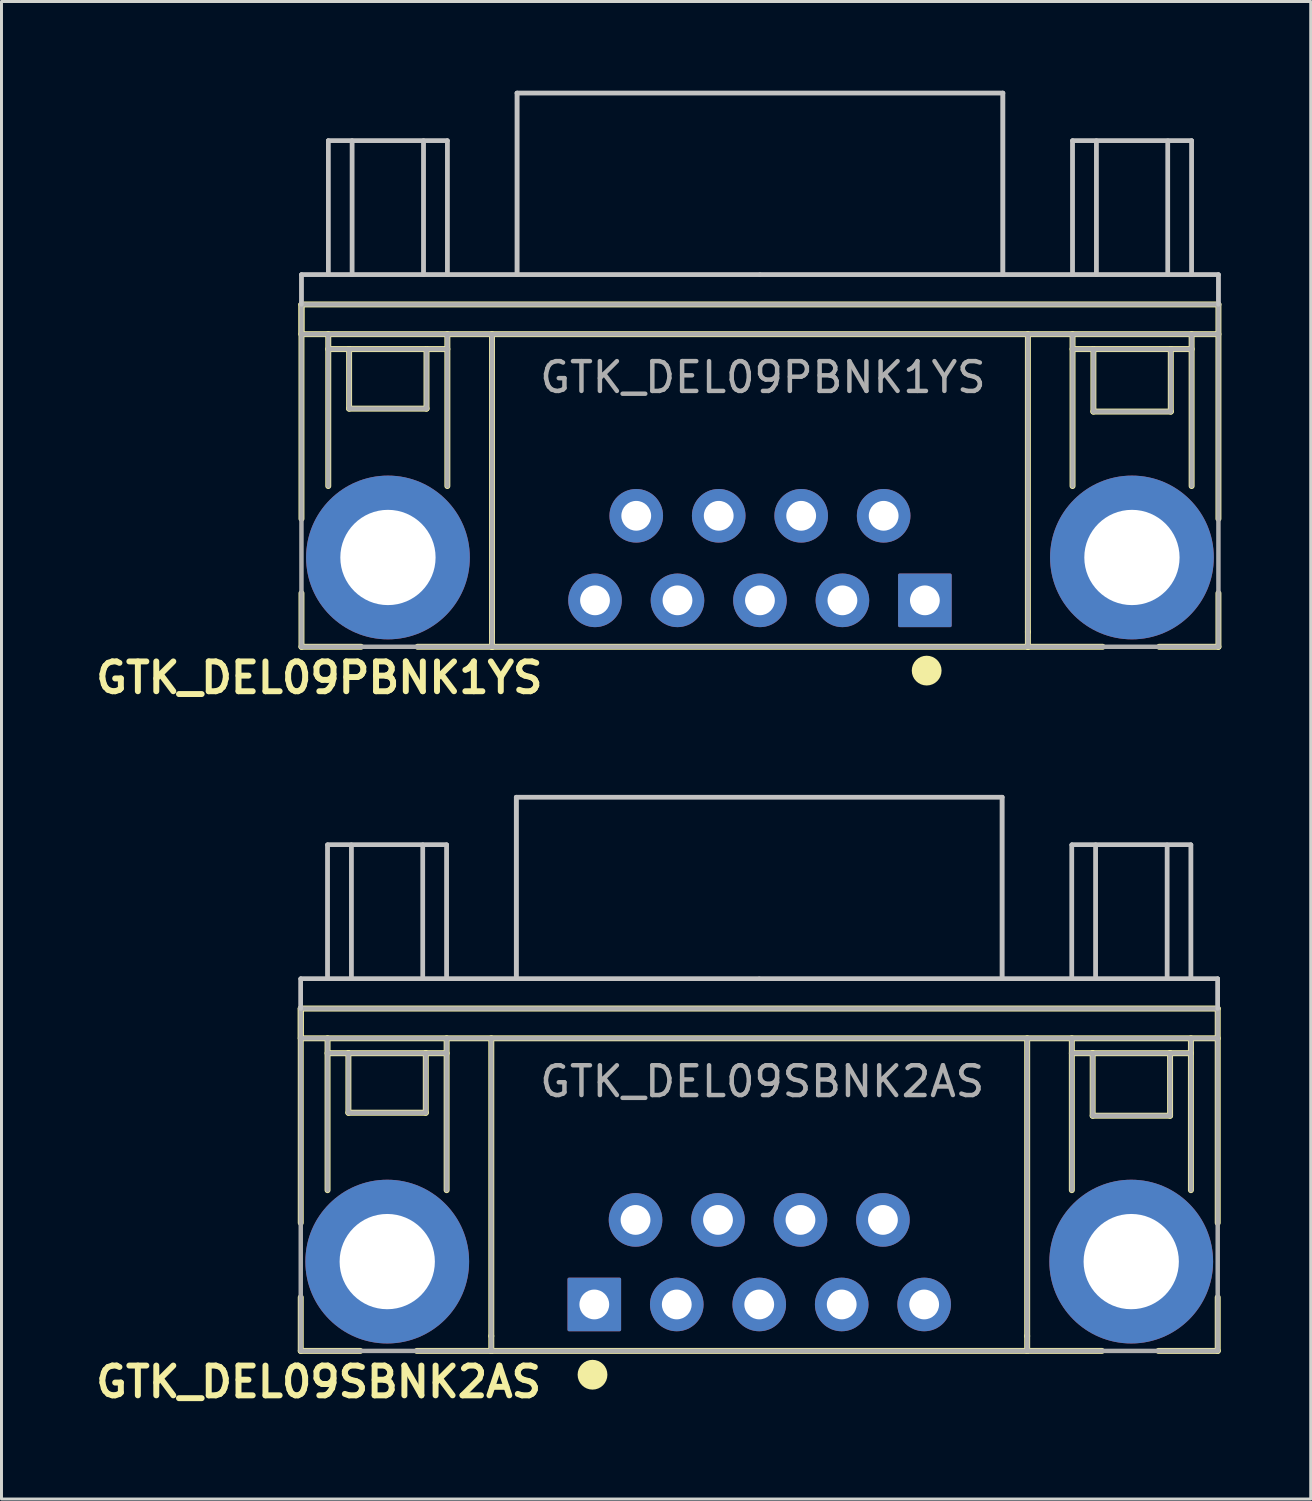
<source format=kicad_pcb>
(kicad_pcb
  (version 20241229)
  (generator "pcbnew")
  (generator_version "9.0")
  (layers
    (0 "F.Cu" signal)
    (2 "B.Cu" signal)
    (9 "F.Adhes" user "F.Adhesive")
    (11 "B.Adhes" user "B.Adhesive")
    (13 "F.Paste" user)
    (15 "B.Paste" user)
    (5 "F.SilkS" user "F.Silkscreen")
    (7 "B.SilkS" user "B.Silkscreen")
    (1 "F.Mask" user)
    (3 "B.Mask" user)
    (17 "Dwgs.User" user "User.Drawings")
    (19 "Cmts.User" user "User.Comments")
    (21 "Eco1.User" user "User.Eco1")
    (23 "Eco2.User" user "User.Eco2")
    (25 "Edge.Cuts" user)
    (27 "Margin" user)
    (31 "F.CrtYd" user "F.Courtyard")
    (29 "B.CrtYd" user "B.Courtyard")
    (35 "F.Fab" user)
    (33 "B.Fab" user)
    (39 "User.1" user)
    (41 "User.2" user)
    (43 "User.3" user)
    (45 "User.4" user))
  (footprint "GTK_DEL09SBNK2AS"
    (layer "F.Cu")
    (at 22.452 29.826)
    (property "Reference" "GTK_DEL09SBNK2AS" (at -14.8 13.54 180) (layer "F.SilkS") (effects (font (size 1 1) (thickness 0.2))))
    (attr through_hole)
    (fp_line (start -15.4 1) (end -15.4 2) (stroke (width 0.2) (type solid)) (layer "F.SilkS"))
    (fp_line (start -15.4 1) (end -15.4 8.2) (stroke (width 0.2) (type solid)) (layer "F.SilkS"))
    (fp_line (start -15.4 12.5) (end -15.4 10.7) (stroke (width 0.2) (type solid)) (layer "F.SilkS"))
    (fp_line (start -14.5 7.1) (end -14.5 2) (stroke (width 0.2) (type solid)) (layer "F.SilkS"))
    (fp_line (start -13.8 2.5) (end -14.5 2.5) (stroke (width 0.2) (type solid)) (layer "F.SilkS"))
    (fp_line (start -13.8 2.5) (end -11.2 2.5) (stroke (width 0.2) (type solid)) (layer "F.SilkS"))
    (fp_line (start -13.8 4.5) (end -13.8 2.5) (stroke (width 0.2) (type solid)) (layer "F.SilkS"))
    (fp_line (start -13.4 12.5) (end -15.4 12.5) (stroke (width 0.2) (type solid)) (layer "F.SilkS"))
    (fp_line (start -11.5 12.5) (end -8.99 12.5) (stroke (width 0.2) (type solid)) (layer "F.SilkS"))
    (fp_line (start -11.2 2.5) (end -11.2 4.5) (stroke (width 0.2) (type solid)) (layer "F.SilkS"))
    (fp_line (start -11.2 2.5) (end -10.5 2.5) (stroke (width 0.2) (type solid)) (layer "F.SilkS"))
    (fp_line (start -11.2 4.5) (end -13.8 4.5) (stroke (width 0.2) (type solid)) (layer "F.SilkS"))
    (fp_line (start -10.5 7.1) (end -10.5 2) (stroke (width 0.2) (type solid)) (layer "F.SilkS"))
    (fp_line (start -9 2) (end -9 12) (stroke (width 0.2) (type solid)) (layer "F.SilkS"))
    (fp_line (start -9 12) (end -9 12.5) (stroke (width 0.2) (type solid)) (layer "F.SilkS"))
    (fp_line (start 9 12) (end 9 2) (stroke (width 0.2) (type solid)) (layer "F.SilkS"))
    (fp_line (start 9 12) (end 9 12.5) (stroke (width 0.2) (type solid)) (layer "F.SilkS"))
    (fp_line (start 9 12.5) (end -9 12.5) (stroke (width 0.2) (type solid)) (layer "F.SilkS"))
    (fp_line (start 9 12.5) (end 11.51 12.5) (stroke (width 0.2) (type solid)) (layer "F.SilkS"))
    (fp_line (start 10.5 2.5) (end 11.2 2.5) (stroke (width 0.2) (type solid)) (layer "F.SilkS"))
    (fp_line (start 10.5 7.1) (end 10.5 2) (stroke (width 0.2) (type solid)) (layer "F.SilkS"))
    (fp_line (start 11.2 2.5) (end 13.8 2.5) (stroke (width 0.2) (type solid)) (layer "F.SilkS"))
    (fp_line (start 11.2 4.6) (end 11.2 2.5) (stroke (width 0.2) (type solid)) (layer "F.SilkS"))
    (fp_line (start 13.8 2.5) (end 13.8 4.6) (stroke (width 0.2) (type solid)) (layer "F.SilkS"))
    (fp_line (start 13.8 2.5) (end 14.5 2.5) (stroke (width 0.2) (type solid)) (layer "F.SilkS"))
    (fp_line (start 13.8 4.6) (end 11.2 4.6) (stroke (width 0.2) (type solid)) (layer "F.SilkS"))
    (fp_line (start 14.5 7.1) (end 14.5 2) (stroke (width 0.2) (type solid)) (layer "F.SilkS"))
    (fp_line (start 15.4 1) (end -15.4 1) (stroke (width 0.2) (type solid)) (layer "F.SilkS"))
    (fp_line (start 15.4 1) (end 15.4 8.2) (stroke (width 0.2) (type solid)) (layer "F.SilkS"))
    (fp_line (start 15.4 2) (end -15.4 2) (stroke (width 0.2) (type solid)) (layer "F.SilkS"))
    (fp_line (start 15.4 2) (end 15.4 1) (stroke (width 0.15) (type solid)) (layer "F.SilkS"))
    (fp_line (start 15.4 12.5) (end 13.41 12.5) (stroke (width 0.2) (type solid)) (layer "F.SilkS"))
    (fp_line (start 15.4 12.5) (end 15.4 10.7) (stroke (width 0.2) (type solid)) (layer "F.SilkS"))
    (fp_circle (center -5.6 13.3) (end -5.35 13.3) (stroke (width 0.5) (type solid)) (fill no) (layer "F.SilkS"))
    (fp_line (start -15.4 1) (end -15.4 0) (stroke (width 0.15) (type solid)) (layer "Dwgs.User"))
    (fp_line (start -14.5 -4.5) (end -10.5 -4.5) (stroke (width 0.15) (type solid)) (layer "Dwgs.User"))
    (fp_line (start -14.5 0) (end -14.5 -4.5) (stroke (width 0.15) (type solid)) (layer "Dwgs.User"))
    (fp_line (start -13.7 -4.5) (end -13.7 0) (stroke (width 0.15) (type solid)) (layer "Dwgs.User"))
    (fp_line (start -11.3 0) (end -11.3 -4.5) (stroke (width 0.15) (type solid)) (layer "Dwgs.User"))
    (fp_line (start -10.5 -4.5) (end -10.5 0) (stroke (width 0.15) (type solid)) (layer "Dwgs.User"))
    (fp_line (start -8.165 -6.1) (end -8.165 0) (stroke (width 0.15) (type solid)) (layer "Dwgs.User"))
    (fp_line (start 0 0) (end -15.4 0) (stroke (width 0.15) (type solid)) (layer "Dwgs.User"))
    (fp_line (start 0 0) (end 15.4 0) (stroke (width 0.15) (type solid)) (layer "Dwgs.User"))
    (fp_line (start 8.165 -6.1) (end -8.165 -6.1) (stroke (width 0.15) (type solid)) (layer "Dwgs.User"))
    (fp_line (start 8.165 0) (end 8.165 -6.1) (stroke (width 0.15) (type solid)) (layer "Dwgs.User"))
    (fp_line (start 10.5 -4.5) (end 14.5 -4.5) (stroke (width 0.15) (type solid)) (layer "Dwgs.User"))
    (fp_line (start 10.5 0) (end 10.5 -4.5) (stroke (width 0.15) (type solid)) (layer "Dwgs.User"))
    (fp_line (start 11.3 -4.5) (end 11.3 0) (stroke (width 0.15) (type solid)) (layer "Dwgs.User"))
    (fp_line (start 13.7 0) (end 13.7 -4.5) (stroke (width 0.15) (type solid)) (layer "Dwgs.User"))
    (fp_line (start 14.5 -4.5) (end 14.5 0) (stroke (width 0.15) (type solid)) (layer "Dwgs.User"))
    (fp_line (start 15.4 1) (end 15.4 0) (stroke (width 0.15) (type solid)) (layer "Dwgs.User"))
    (fp_line (start -15.4 0) (end -15.4 1) (stroke (width 0.15) (type solid)) (layer "F.Fab"))
    (fp_line (start -15.4 1) (end 15.4 1) (stroke (width 0.15) (type solid)) (layer "F.Fab"))
    (fp_line (start -15.4 2) (end 15.4 2) (stroke (width 0.15) (type solid)) (layer "F.Fab"))
    (fp_line (start -15.4 12.5) (end -15.4 1) (stroke (width 0.15) (type solid)) (layer "F.Fab"))
    (fp_line (start -14.5 -4.5) (end -10.5 -4.5) (stroke (width 0.15) (type solid)) (layer "F.Fab"))
    (fp_line (start -14.5 0) (end -14.5 -4.5) (stroke (width 0.15) (type solid)) (layer "F.Fab"))
    (fp_line (start -14.5 2.5) (end -10.5 2.5) (stroke (width 0.15) (type solid)) (layer "F.Fab"))
    (fp_line (start -14.5 7.1) (end -14.5 2) (stroke (width 0.15) (type solid)) (layer "F.Fab"))
    (fp_line (start -13.8 4.5) (end -13.8 2.5) (stroke (width 0.15) (type solid)) (layer "F.Fab"))
    (fp_line (start -13.7 -4.5) (end -13.7 0) (stroke (width 0.15) (type solid)) (layer "F.Fab"))
    (fp_line (start -11.3 0) (end -11.3 -4.5) (stroke (width 0.15) (type solid)) (layer "F.Fab"))
    (fp_line (start -11.2 2.5) (end -11.2 4.5) (stroke (width 0.15) (type solid)) (layer "F.Fab"))
    (fp_line (start -11.2 4.5) (end -13.8 4.5) (stroke (width 0.15) (type solid)) (layer "F.Fab"))
    (fp_line (start -10.5 -4.5) (end -10.5 0) (stroke (width 0.15) (type solid)) (layer "F.Fab"))
    (fp_line (start -10.5 2) (end -10.5 7.1) (stroke (width 0.15) (type solid)) (layer "F.Fab"))
    (fp_line (start -9 12.5) (end -9 2) (stroke (width 0.15) (type solid)) (layer "F.Fab"))
    (fp_line (start -8.15 -6.1) (end 8.15 -6.1) (stroke (width 0.15) (type solid)) (layer "F.Fab"))
    (fp_line (start -8.15 0) (end -8.15 -6.1) (stroke (width 0.15) (type solid)) (layer "F.Fab"))
    (fp_line (start 8.15 -6.1) (end 8.15 0) (stroke (width 0.15) (type solid)) (layer "F.Fab"))
    (fp_line (start 9 2) (end 9 12.5) (stroke (width 0.15) (type solid)) (layer "F.Fab"))
    (fp_line (start 10.5 -4.5) (end 14.5 -4.5) (stroke (width 0.15) (type solid)) (layer "F.Fab"))
    (fp_line (start 10.5 0) (end 10.5 -4.5) (stroke (width 0.15) (type solid)) (layer "F.Fab"))
    (fp_line (start 10.5 2.5) (end 14.5 2.5) (stroke (width 0.15) (type solid)) (layer "F.Fab"))
    (fp_line (start 10.5 7.1) (end 10.5 2) (stroke (width 0.15) (type solid)) (layer "F.Fab"))
    (fp_line (start 11.2 4.6) (end 11.2 2.5) (stroke (width 0.15) (type solid)) (layer "F.Fab"))
    (fp_line (start 11.3 -4.5) (end 11.3 0) (stroke (width 0.15) (type solid)) (layer "F.Fab"))
    (fp_line (start 13.7 0) (end 13.7 -4.45) (stroke (width 0.15) (type solid)) (layer "F.Fab"))
    (fp_line (start 13.8 2.5) (end 13.8 4.6) (stroke (width 0.15) (type solid)) (layer "F.Fab"))
    (fp_line (start 13.8 4.6) (end 11.2 4.6) (stroke (width 0.15) (type solid)) (layer "F.Fab"))
    (fp_line (start 14.5 -4.5) (end 14.5 -0.05) (stroke (width 0.15) (type solid)) (layer "F.Fab"))
    (fp_line (start 14.5 -0.05) (end 14.5 0) (stroke (width 0.15) (type solid)) (layer "F.Fab"))
    (fp_line (start 14.5 2) (end 14.5 7.1) (stroke (width 0.15) (type solid)) (layer "F.Fab"))
    (fp_line (start 15.4 0) (end -15.4 0) (stroke (width 0.15) (type solid)) (layer "F.Fab"))
    (fp_line (start 15.4 1) (end 15.4 0) (stroke (width 0.15) (type solid)) (layer "F.Fab"))
    (fp_line (start 15.4 1) (end 15.4 12.5) (stroke (width 0.15) (type solid)) (layer "F.Fab"))
    (fp_line (start 15.4 12.5) (end -15.4 12.5) (stroke (width 0.15) (type solid)) (layer "F.Fab"))
    (fp_text user "${REFERENCE}" (at 0.1 3.45 0) (layer "F.Fab") (effects (font (size 1 1) (thickness 0.15))))
    (pad "0" thru_hole circle (at -12.495 9.5) (size 5.5 5.5) (drill 3.2) (layers "*.Cu" "*.Mask"))
    (pad "0" thru_hole circle (at 12.495 9.5) (size 5.5 5.5) (drill 3.2) (layers "*.Cu" "*.Mask"))
    (pad "1" thru_hole roundrect (at -5.54 10.94) (size 1.8 1.8) (drill 1) (layers "*.Cu" "*.Mask") (roundrect_rratio 0.028))
    (pad "2" thru_hole oval (at -2.77 10.94) (size 1.8 1.8) (drill 1) (layers "*.Cu" "*.Mask"))
    (pad "3" thru_hole oval (at 0 10.94) (size 1.8 1.8) (drill 1) (layers "*.Cu" "*.Mask"))
    (pad "4" thru_hole oval (at 2.77 10.94) (size 1.8 1.8) (drill 1) (layers "*.Cu" "*.Mask"))
    (pad "5" thru_hole circle (at 5.54 10.94) (size 1.8 1.8) (drill 1) (layers "*.Cu" "*.Mask"))
    (pad "6" thru_hole oval (at -4.155 8.1) (size 1.8 1.8) (drill 1) (layers "*.Cu" "*.Mask"))
    (pad "7" thru_hole oval (at -1.385 8.1) (size 1.8 1.8) (drill 1) (layers "*.Cu" "*.Mask"))
    (pad "8" thru_hole oval (at 1.385 8.1) (size 1.8 1.8) (drill 1) (layers "*.Cu" "*.Mask"))
    (pad "9" thru_hole oval (at 4.155 8.1) (size 1.8 1.8) (drill 1) (layers "*.Cu" "*.Mask")))
  (footprint "GTK_DEL09PBNK1YS"
    (layer "F.Cu")
    (at 22.476 6.175)
    (property "Reference" "GTK_DEL09PBNK1YS" (at -14.8 13.54 180) (layer "F.SilkS") (effects (font (size 1 1) (thickness 0.2))))
    (attr through_hole)
    (fp_line (start -15.4 1) (end -15.4 2) (stroke (width 0.2) (type solid)) (layer "F.SilkS"))
    (fp_line (start -15.4 1) (end -15.4 8.2) (stroke (width 0.2) (type solid)) (layer "F.SilkS"))
    (fp_line (start -15.4 12.5) (end -15.4 10.7) (stroke (width 0.2) (type solid)) (layer "F.SilkS"))
    (fp_line (start -14.5 7.1) (end -14.5 2) (stroke (width 0.2) (type solid)) (layer "F.SilkS"))
    (fp_line (start -13.8 2.5) (end -14.5 2.5) (stroke (width 0.2) (type solid)) (layer "F.SilkS"))
    (fp_line (start -13.8 2.5) (end -11.2 2.5) (stroke (width 0.2) (type solid)) (layer "F.SilkS"))
    (fp_line (start -13.8 4.5) (end -13.8 2.5) (stroke (width 0.2) (type solid)) (layer "F.SilkS"))
    (fp_line (start -13.4 12.5) (end -15.4 12.5) (stroke (width 0.2) (type solid)) (layer "F.SilkS"))
    (fp_line (start -11.5 12.5) (end -8.99 12.5) (stroke (width 0.2) (type solid)) (layer "F.SilkS"))
    (fp_line (start -11.2 2.5) (end -11.2 4.5) (stroke (width 0.2) (type solid)) (layer "F.SilkS"))
    (fp_line (start -11.2 2.5) (end -10.5 2.5) (stroke (width 0.2) (type solid)) (layer "F.SilkS"))
    (fp_line (start -11.2 4.5) (end -13.8 4.5) (stroke (width 0.2) (type solid)) (layer "F.SilkS"))
    (fp_line (start -10.5 7.1) (end -10.5 2) (stroke (width 0.2) (type solid)) (layer "F.SilkS"))
    (fp_line (start -9 2) (end -9 12) (stroke (width 0.2) (type solid)) (layer "F.SilkS"))
    (fp_line (start -9 12) (end -9 12.5) (stroke (width 0.2) (type solid)) (layer "F.SilkS"))
    (fp_line (start 9 12) (end 9 2) (stroke (width 0.2) (type solid)) (layer "F.SilkS"))
    (fp_line (start 9 12) (end 9 12.5) (stroke (width 0.2) (type solid)) (layer "F.SilkS"))
    (fp_line (start 9 12.5) (end -9 12.5) (stroke (width 0.2) (type solid)) (layer "F.SilkS"))
    (fp_line (start 9 12.5) (end 11.51 12.5) (stroke (width 0.2) (type solid)) (layer "F.SilkS"))
    (fp_line (start 10.5 2.5) (end 11.2 2.5) (stroke (width 0.2) (type solid)) (layer "F.SilkS"))
    (fp_line (start 10.5 7.1) (end 10.5 2) (stroke (width 0.2) (type solid)) (layer "F.SilkS"))
    (fp_line (start 11.2 2.5) (end 13.8 2.5) (stroke (width 0.2) (type solid)) (layer "F.SilkS"))
    (fp_line (start 11.2 4.6) (end 11.2 2.5) (stroke (width 0.2) (type solid)) (layer "F.SilkS"))
    (fp_line (start 13.8 2.5) (end 13.8 4.6) (stroke (width 0.2) (type solid)) (layer "F.SilkS"))
    (fp_line (start 13.8 2.5) (end 14.5 2.5) (stroke (width 0.2) (type solid)) (layer "F.SilkS"))
    (fp_line (start 13.8 4.6) (end 11.2 4.6) (stroke (width 0.2) (type solid)) (layer "F.SilkS"))
    (fp_line (start 14.5 7.1) (end 14.5 2) (stroke (width 0.2) (type solid)) (layer "F.SilkS"))
    (fp_line (start 15.4 1) (end -15.4 1) (stroke (width 0.2) (type solid)) (layer "F.SilkS"))
    (fp_line (start 15.4 1) (end 15.4 8.2) (stroke (width 0.2) (type solid)) (layer "F.SilkS"))
    (fp_line (start 15.4 2) (end -15.4 2) (stroke (width 0.2) (type solid)) (layer "F.SilkS"))
    (fp_line (start 15.4 2) (end 15.4 1) (stroke (width 0.15) (type solid)) (layer "F.SilkS"))
    (fp_line (start 15.4 12.5) (end 13.41 12.5) (stroke (width 0.2) (type solid)) (layer "F.SilkS"))
    (fp_line (start 15.4 12.5) (end 15.4 10.7) (stroke (width 0.2) (type solid)) (layer "F.SilkS"))
    (fp_circle (center 5.6 13.3) (end 5.85 13.3) (stroke (width 0.5) (type solid)) (fill no) (layer "F.SilkS"))
    (fp_line (start -15.4 1) (end -15.4 0) (stroke (width 0.15) (type solid)) (layer "Dwgs.User"))
    (fp_line (start -14.5 -4.5) (end -10.5 -4.5) (stroke (width 0.15) (type solid)) (layer "Dwgs.User"))
    (fp_line (start -14.5 0) (end -14.5 -4.5) (stroke (width 0.15) (type solid)) (layer "Dwgs.User"))
    (fp_line (start -13.7 -4.5) (end -13.7 0) (stroke (width 0.15) (type solid)) (layer "Dwgs.User"))
    (fp_line (start -11.3 0) (end -11.3 -4.5) (stroke (width 0.15) (type solid)) (layer "Dwgs.User"))
    (fp_line (start -10.5 -4.5) (end -10.5 0) (stroke (width 0.15) (type solid)) (layer "Dwgs.User"))
    (fp_line (start -8.165 -6.1) (end -8.165 0) (stroke (width 0.15) (type solid)) (layer "Dwgs.User"))
    (fp_line (start 0 0) (end -15.4 0) (stroke (width 0.15) (type solid)) (layer "Dwgs.User"))
    (fp_line (start 0 0) (end 15.4 0) (stroke (width 0.15) (type solid)) (layer "Dwgs.User"))
    (fp_line (start 8.165 -6.1) (end -8.165 -6.1) (stroke (width 0.15) (type solid)) (layer "Dwgs.User"))
    (fp_line (start 8.165 0) (end 8.165 -6.1) (stroke (width 0.15) (type solid)) (layer "Dwgs.User"))
    (fp_line (start 10.5 -4.5) (end 14.5 -4.5) (stroke (width 0.15) (type solid)) (layer "Dwgs.User"))
    (fp_line (start 10.5 0) (end 10.5 -4.5) (stroke (width 0.15) (type solid)) (layer "Dwgs.User"))
    (fp_line (start 11.3 -4.5) (end 11.3 0) (stroke (width 0.15) (type solid)) (layer "Dwgs.User"))
    (fp_line (start 13.7 0) (end 13.7 -4.5) (stroke (width 0.15) (type solid)) (layer "Dwgs.User"))
    (fp_line (start 14.5 -4.5) (end 14.5 0) (stroke (width 0.15) (type solid)) (layer "Dwgs.User"))
    (fp_line (start 15.4 1) (end 15.4 0) (stroke (width 0.15) (type solid)) (layer "Dwgs.User"))
    (fp_line (start -15.4 0) (end -15.4 1) (stroke (width 0.15) (type solid)) (layer "F.Fab"))
    (fp_line (start -15.4 1) (end 15.4 1) (stroke (width 0.15) (type solid)) (layer "F.Fab"))
    (fp_line (start -15.4 2) (end 15.4 2) (stroke (width 0.15) (type solid)) (layer "F.Fab"))
    (fp_line (start -15.4 12.5) (end -15.4 1) (stroke (width 0.15) (type solid)) (layer "F.Fab"))
    (fp_line (start -14.5 -4.5) (end -10.5 -4.5) (stroke (width 0.15) (type solid)) (layer "F.Fab"))
    (fp_line (start -14.5 0) (end -14.5 -4.5) (stroke (width 0.15) (type solid)) (layer "F.Fab"))
    (fp_line (start -14.5 2.5) (end -10.5 2.5) (stroke (width 0.15) (type solid)) (layer "F.Fab"))
    (fp_line (start -14.5 7.1) (end -14.5 2) (stroke (width 0.15) (type solid)) (layer "F.Fab"))
    (fp_line (start -13.8 4.5) (end -13.8 2.5) (stroke (width 0.15) (type solid)) (layer "F.Fab"))
    (fp_line (start -13.7 -4.5) (end -13.7 0) (stroke (width 0.15) (type solid)) (layer "F.Fab"))
    (fp_line (start -11.3 0) (end -11.3 -4.5) (stroke (width 0.15) (type solid)) (layer "F.Fab"))
    (fp_line (start -11.2 2.5) (end -11.2 4.5) (stroke (width 0.15) (type solid)) (layer "F.Fab"))
    (fp_line (start -11.2 4.5) (end -13.8 4.5) (stroke (width 0.15) (type solid)) (layer "F.Fab"))
    (fp_line (start -10.5 -4.5) (end -10.5 0) (stroke (width 0.15) (type solid)) (layer "F.Fab"))
    (fp_line (start -10.5 2) (end -10.5 7.1) (stroke (width 0.15) (type solid)) (layer "F.Fab"))
    (fp_line (start -9 12.5) (end -9 2) (stroke (width 0.15) (type solid)) (layer "F.Fab"))
    (fp_line (start -8.15 -6.1) (end 8.15 -6.1) (stroke (width 0.15) (type solid)) (layer "F.Fab"))
    (fp_line (start -8.15 0) (end -8.15 -6.1) (stroke (width 0.15) (type solid)) (layer "F.Fab"))
    (fp_line (start 8.15 -6.1) (end 8.15 0) (stroke (width 0.15) (type solid)) (layer "F.Fab"))
    (fp_line (start 9 2) (end 9 12.5) (stroke (width 0.15) (type solid)) (layer "F.Fab"))
    (fp_line (start 10.5 -4.5) (end 14.5 -4.5) (stroke (width 0.15) (type solid)) (layer "F.Fab"))
    (fp_line (start 10.5 0) (end 10.5 -4.5) (stroke (width 0.15) (type solid)) (layer "F.Fab"))
    (fp_line (start 10.5 2.5) (end 14.5 2.5) (stroke (width 0.15) (type solid)) (layer "F.Fab"))
    (fp_line (start 10.5 7.1) (end 10.5 2) (stroke (width 0.15) (type solid)) (layer "F.Fab"))
    (fp_line (start 11.2 4.6) (end 11.2 2.5) (stroke (width 0.15) (type solid)) (layer "F.Fab"))
    (fp_line (start 11.3 -4.5) (end 11.3 0) (stroke (width 0.15) (type solid)) (layer "F.Fab"))
    (fp_line (start 13.7 0) (end 13.7 -4.45) (stroke (width 0.15) (type solid)) (layer "F.Fab"))
    (fp_line (start 13.8 2.5) (end 13.8 4.6) (stroke (width 0.15) (type solid)) (layer "F.Fab"))
    (fp_line (start 13.8 4.6) (end 11.2 4.6) (stroke (width 0.15) (type solid)) (layer "F.Fab"))
    (fp_line (start 14.5 -4.5) (end 14.5 -0.05) (stroke (width 0.15) (type solid)) (layer "F.Fab"))
    (fp_line (start 14.5 -0.05) (end 14.5 0) (stroke (width 0.15) (type solid)) (layer "F.Fab"))
    (fp_line (start 14.5 2) (end 14.5 7.1) (stroke (width 0.15) (type solid)) (layer "F.Fab"))
    (fp_line (start 15.4 0) (end -15.4 0) (stroke (width 0.15) (type solid)) (layer "F.Fab"))
    (fp_line (start 15.4 1) (end 15.4 0) (stroke (width 0.15) (type solid)) (layer "F.Fab"))
    (fp_line (start 15.4 1) (end 15.4 12.5) (stroke (width 0.15) (type solid)) (layer "F.Fab"))
    (fp_line (start 15.4 12.5) (end -15.4 12.5) (stroke (width 0.15) (type solid)) (layer "F.Fab"))
    (fp_text user "${REFERENCE}" (at 0.1 3.45 0) (layer "F.Fab") (effects (font (size 1 1) (thickness 0.15))))
    (pad "1" thru_hole roundrect (at 5.54 10.94) (size 1.8 1.8) (drill 1) (layers "*.Cu" "*.Mask") (roundrect_rratio 0.028))
    (pad "2" thru_hole oval (at 2.77 10.94) (size 1.8 1.8) (drill 1) (layers "*.Cu" "*.Mask"))
    (pad "3" thru_hole oval (at 0 10.94) (size 1.8 1.8) (drill 1) (layers "*.Cu" "*.Mask"))
    (pad "4" thru_hole oval (at -2.77 10.94) (size 1.8 1.8) (drill 1) (layers "*.Cu" "*.Mask"))
    (pad "5" thru_hole oval (at -5.54 10.94) (size 1.8 1.8) (drill 1) (layers "*.Cu" "*.Mask"))
    (pad "6" thru_hole oval (at 4.155 8.1) (size 1.8 1.8) (drill 1) (layers "*.Cu" "*.Mask"))
    (pad "7" thru_hole oval (at 1.385 8.1) (size 1.8 1.8) (drill 1) (layers "*.Cu" "*.Mask"))
    (pad "8" thru_hole oval (at -1.385 8.1) (size 1.8 1.8) (drill 1) (layers "*.Cu" "*.Mask"))
    (pad "9" thru_hole oval (at -4.155 8.1) (size 1.8 1.8) (drill 1) (layers "*.Cu" "*.Mask"))
    (pad "G1" thru_hole circle (at 12.495 9.5) (size 5.5 5.5) (drill 3.2) (layers "*.Cu" "*.Mask"))
    (pad "G2" thru_hole circle (at -12.495 9.5) (size 5.5 5.5) (drill 3.2) (layers "*.Cu" "*.Mask")))
  (gr_rect
    (start -3 -3)
    (end 40.976 47.302)
    (stroke (width 0.1) (type default))
    (fill no)
    (layer "Edge.Cuts")))
</source>
